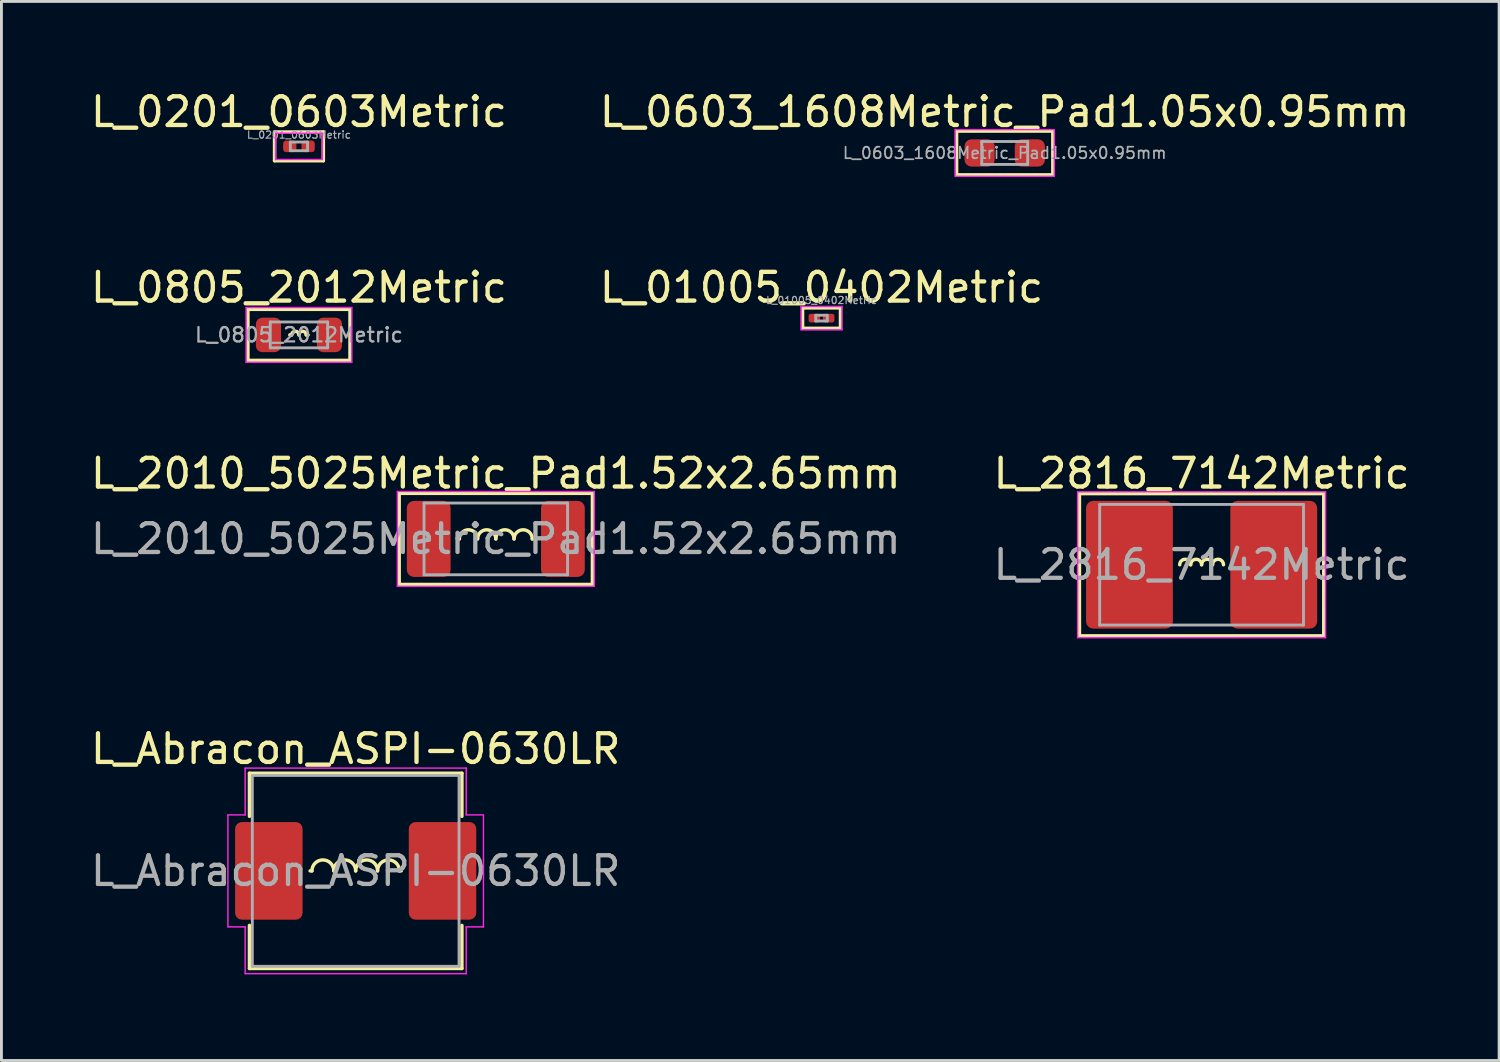
<source format=kicad_pcb>
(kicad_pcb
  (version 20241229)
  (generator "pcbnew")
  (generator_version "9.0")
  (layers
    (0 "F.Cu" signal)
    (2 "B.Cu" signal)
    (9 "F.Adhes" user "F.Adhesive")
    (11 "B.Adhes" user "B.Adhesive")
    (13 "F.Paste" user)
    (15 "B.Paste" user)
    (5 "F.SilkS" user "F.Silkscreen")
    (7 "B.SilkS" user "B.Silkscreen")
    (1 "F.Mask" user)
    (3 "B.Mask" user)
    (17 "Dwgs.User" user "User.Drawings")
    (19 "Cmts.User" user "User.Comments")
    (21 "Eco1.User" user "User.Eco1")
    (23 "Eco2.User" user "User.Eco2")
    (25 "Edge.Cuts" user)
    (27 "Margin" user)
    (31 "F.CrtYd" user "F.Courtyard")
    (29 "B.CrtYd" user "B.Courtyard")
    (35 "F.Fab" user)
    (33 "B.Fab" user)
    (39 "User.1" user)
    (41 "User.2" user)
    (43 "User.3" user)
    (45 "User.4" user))
  (footprint "L_2010_5025Metric_Pad1.52x2.65mm"
    (layer "F.Cu")
    (at 14.22 15.721)
    (property "Reference" "L_2010_5025Metric_Pad1.52x2.65mm" (at 0 -2.28 0) (layer "F.SilkS") (effects (font (size 1 1) (thickness 0.15))))
    (attr smd)
    (fp_line (start -3.365 -1.587) (end 3.365 -1.587) (stroke (width 0.12) (type solid)) (layer "F.SilkS"))
    (fp_line (start -3.365 1.587) (end -3.365 -1.587) (stroke (width 0.12) (type solid)) (layer "F.SilkS"))
    (fp_line (start -1.333 0) (end -1.27 0) (stroke (width 0.12) (type solid)) (layer "F.SilkS"))
    (fp_line (start 1.333 0) (end 1.27 0) (stroke (width 0.12) (type solid)) (layer "F.SilkS"))
    (fp_line (start 3.365 -1.587) (end 3.365 1.587) (stroke (width 0.12) (type solid)) (layer "F.SilkS"))
    (fp_line (start 3.365 1.587) (end -3.365 1.587) (stroke (width 0.12) (type solid)) (layer "F.SilkS"))
    (fp_arc (start -1.27 0) (mid -0.9525 -0.3175) (end -0.635 0) (stroke (width 0.12) (type solid)) (layer "F.SilkS"))
    (fp_arc (start -0.635 0) (mid -0.3175 -0.3175) (end 0 0) (stroke (width 0.12) (type solid)) (layer "F.SilkS"))
    (fp_arc (start 0 0) (mid 0.3175 -0.3175) (end 0.635 0) (stroke (width 0.12) (type solid)) (layer "F.SilkS"))
    (fp_arc (start 0.635 0) (mid 0.9525 -0.3175) (end 1.27 0) (stroke (width 0.12) (type solid)) (layer "F.SilkS"))
    (fp_line (start -3.429 -1.651) (end 3.429 -1.651) (stroke (width 0.05) (type solid)) (layer "F.CrtYd"))
    (fp_line (start -3.429 1.651) (end -3.429 -1.651) (stroke (width 0.05) (type solid)) (layer "F.CrtYd"))
    (fp_line (start 3.429 -1.651) (end 3.429 1.651) (stroke (width 0.05) (type solid)) (layer "F.CrtYd"))
    (fp_line (start 3.429 1.651) (end -3.429 1.651) (stroke (width 0.05) (type solid)) (layer "F.CrtYd"))
    (fp_line (start -2.5 -1.25) (end 2.5 -1.25) (stroke (width 0.1) (type solid)) (layer "F.Fab"))
    (fp_line (start -2.5 1.25) (end -2.5 -1.25) (stroke (width 0.1) (type solid)) (layer "F.Fab"))
    (fp_line (start 2.5 -1.25) (end 2.5 1.25) (stroke (width 0.1) (type solid)) (layer "F.Fab"))
    (fp_line (start 2.5 1.25) (end -2.5 1.25) (stroke (width 0.1) (type solid)) (layer "F.Fab"))
    (fp_text user "${REFERENCE}" (at 0 0 0) (layer "F.Fab") (effects (font (size 1 1) (thickness 0.15))))
    (pad "1" smd roundrect (at -2.337 0) (size 1.525 2.65) (layers "F.Cu" "F.Mask" "F.Paste") (roundrect_rratio 0.164))
    (pad "2" smd roundrect (at 2.337 0) (size 1.525 2.65) (layers "F.Cu" "F.Mask" "F.Paste") (roundrect_rratio 0.164)))
  (footprint "L_Abracon_ASPI-0630LR"
    (layer "F.Cu")
    (at 9.339 27.284)
    (property "Reference" "L_Abracon_ASPI-0630LR" (at 0 -4.25 0) (layer "F.SilkS") (effects (font (size 1 1) (thickness 0.15))))
    (attr smd)
    (fp_line (start -3.7 -3.4) (end -3.7 -1.9) (stroke (width 0.12) (type solid)) (layer "F.SilkS"))
    (fp_line (start -3.7 3.4) (end -3.7 1.9) (stroke (width 0.12) (type solid)) (layer "F.SilkS"))
    (fp_line (start -3.7 3.4) (end 3.7 3.4) (stroke (width 0.12) (type solid)) (layer "F.SilkS"))
    (fp_line (start -1.524 0) (end -1.587 0) (stroke (width 0.12) (type solid)) (layer "F.SilkS"))
    (fp_line (start 1.524 0) (end 1.587 0) (stroke (width 0.12) (type solid)) (layer "F.SilkS"))
    (fp_line (start 3.7 -3.4) (end -3.7 -3.4) (stroke (width 0.12) (type solid)) (layer "F.SilkS"))
    (fp_line (start 3.7 -3.4) (end 3.7 -1.9) (stroke (width 0.12) (type solid)) (layer "F.SilkS"))
    (fp_line (start 3.7 3.4) (end 3.7 1.9) (stroke (width 0.12) (type solid)) (layer "F.SilkS"))
    (fp_arc (start -1.524 0) (mid -1.143 -0.381) (end -0.762 0) (stroke (width 0.12) (type solid)) (layer "F.SilkS"))
    (fp_arc (start -0.762 0) (mid -0.381 -0.381) (end 0 0) (stroke (width 0.12) (type solid)) (layer "F.SilkS"))
    (fp_arc (start 0 0) (mid 0.381 -0.381) (end 0.762 0) (stroke (width 0.12) (type solid)) (layer "F.SilkS"))
    (fp_arc (start 0.762 0) (mid 1.143 -0.381) (end 1.524 0) (stroke (width 0.12) (type solid)) (layer "F.SilkS"))
    (fp_line (start -4.45 -1.95) (end -4.45 1.95) (stroke (width 0.05) (type solid)) (layer "F.CrtYd"))
    (fp_line (start -4.45 1.95) (end -3.85 1.95) (stroke (width 0.05) (type solid)) (layer "F.CrtYd"))
    (fp_line (start -3.85 -3.58) (end -3.85 -1.95) (stroke (width 0.05) (type solid)) (layer "F.CrtYd"))
    (fp_line (start -3.85 -1.95) (end -4.45 -1.95) (stroke (width 0.05) (type solid)) (layer "F.CrtYd"))
    (fp_line (start -3.85 1.95) (end -3.85 3.58) (stroke (width 0.05) (type solid)) (layer "F.CrtYd"))
    (fp_line (start -3.85 3.58) (end 3.85 3.58) (stroke (width 0.05) (type solid)) (layer "F.CrtYd"))
    (fp_line (start 3.85 -3.58) (end -3.85 -3.58) (stroke (width 0.05) (type solid)) (layer "F.CrtYd"))
    (fp_line (start 3.85 -1.95) (end 3.85 -3.58) (stroke (width 0.05) (type solid)) (layer "F.CrtYd"))
    (fp_line (start 3.85 1.95) (end 4.45 1.95) (stroke (width 0.05) (type solid)) (layer "F.CrtYd"))
    (fp_line (start 3.85 3.58) (end 3.85 1.95) (stroke (width 0.05) (type solid)) (layer "F.CrtYd"))
    (fp_line (start 4.45 -1.95) (end 3.85 -1.95) (stroke (width 0.05) (type solid)) (layer "F.CrtYd"))
    (fp_line (start 4.45 1.95) (end 4.45 -1.95) (stroke (width 0.05) (type solid)) (layer "F.CrtYd"))
    (fp_line (start -3.6 -3.325) (end 3.6 -3.325) (stroke (width 0.1) (type solid)) (layer "F.Fab"))
    (fp_line (start -3.6 3.325) (end -3.6 -3.325) (stroke (width 0.1) (type solid)) (layer "F.Fab"))
    (fp_line (start 3.6 -3.325) (end 3.6 3.325) (stroke (width 0.1) (type solid)) (layer "F.Fab"))
    (fp_line (start 3.6 3.325) (end -3.6 3.325) (stroke (width 0.1) (type solid)) (layer "F.Fab"))
    (fp_text user "${REFERENCE}" (at 0 0 0) (layer "F.Fab") (effects (font (size 1 1) (thickness 0.15))))
    (pad "1" smd roundrect (at -3.025 0) (size 2.35 3.4) (layers "F.Cu" "F.Mask" "F.Paste") (roundrect_rratio 0.1))
    (pad "2" smd roundrect (at 3.025 0) (size 2.35 3.4) (layers "F.Cu" "F.Mask" "F.Paste") (roundrect_rratio 0.1)))
  (footprint "L_0805_2012Metric"
    (layer "F.Cu")
    (at 7.363 8.615)
    (property "Reference" "L_0805_2012Metric" (at 0 -1.651 0) (layer "F.SilkS") (effects (font (size 1 1) (thickness 0.15))))
    (attr smd)
    (fp_line (start -1.778 -0.889) (end 1.778 -0.889) (stroke (width 0.12) (type solid)) (layer "F.SilkS"))
    (fp_line (start -1.778 0.889) (end -1.778 -0.889) (stroke (width 0.12) (type solid)) (layer "F.SilkS"))
    (fp_line (start -0.254 0) (end -0.318 0) (stroke (width 0.12) (type solid)) (layer "F.SilkS"))
    (fp_line (start 0.254 0) (end 0.318 0) (stroke (width 0.12) (type solid)) (layer "F.SilkS"))
    (fp_line (start 1.778 -0.889) (end 1.778 0.889) (stroke (width 0.12) (type solid)) (layer "F.SilkS"))
    (fp_line (start 1.778 0.889) (end -1.778 0.889) (stroke (width 0.12) (type solid)) (layer "F.SilkS"))
    (fp_arc (start -0.254 0) (mid -0.127 -0.127) (end 0 0) (stroke (width 0.12) (type solid)) (layer "F.SilkS"))
    (fp_arc (start 0 0) (mid 0.127 -0.127) (end 0.254 0) (stroke (width 0.12) (type solid)) (layer "F.SilkS"))
    (fp_line (start -1.841 -0.953) (end 1.841 -0.953) (stroke (width 0.05) (type solid)) (layer "F.CrtYd"))
    (fp_line (start -1.841 0.953) (end -1.841 -0.953) (stroke (width 0.05) (type solid)) (layer "F.CrtYd"))
    (fp_line (start 1.841 -0.953) (end 1.841 0.953) (stroke (width 0.05) (type solid)) (layer "F.CrtYd"))
    (fp_line (start 1.841 0.953) (end -1.841 0.953) (stroke (width 0.05) (type solid)) (layer "F.CrtYd"))
    (fp_line (start -1 -0.45) (end 1 -0.45) (stroke (width 0.1) (type solid)) (layer "F.Fab"))
    (fp_line (start -1 0.45) (end -1 -0.45) (stroke (width 0.1) (type solid)) (layer "F.Fab"))
    (fp_line (start 1 -0.45) (end 1 0.45) (stroke (width 0.1) (type solid)) (layer "F.Fab"))
    (fp_line (start 1 0.45) (end -1 0.45) (stroke (width 0.1) (type solid)) (layer "F.Fab"))
    (fp_text user "${REFERENCE}" (at 0 0 0) (layer "F.Fab") (effects (font (size 0.5 0.5) (thickness 0.08))))
    (pad "1" smd roundrect (at -1.062 0) (size 0.875 1.2) (layers "F.Cu" "F.Mask" "F.Paste") (roundrect_rratio 0.25))
    (pad "2" smd roundrect (at 1.062 0) (size 0.875 1.2) (layers "F.Cu" "F.Mask" "F.Paste") (roundrect_rratio 0.25)))
  (footprint "L_2816_7142Metric"
    (layer "F.Cu")
    (at 38.804 16.621)
    (property "Reference" "L_2816_7142Metric" (at 0 -3.18 0) (layer "F.SilkS") (effects (font (size 1 1) (thickness 0.15))))
    (attr smd)
    (fp_line (start -4.255 -2.477) (end 4.255 -2.477) (stroke (width 0.12) (type solid)) (layer "F.SilkS"))
    (fp_line (start -4.255 2.477) (end -4.255 -2.477) (stroke (width 0.12) (type solid)) (layer "F.SilkS"))
    (fp_line (start 4.255 -2.477) (end 4.255 2.477) (stroke (width 0.12) (type solid)) (layer "F.SilkS"))
    (fp_line (start 4.255 2.477) (end -4.255 2.477) (stroke (width 0.12) (type solid)) (layer "F.SilkS"))
    (fp_arc (start -0.762 0) (mid -0.5715 -0.1905) (end -0.381 0) (stroke (width 0.12) (type solid)) (layer "F.SilkS"))
    (fp_arc (start -0.381 0) (mid -0.1905 -0.1905) (end 0 0) (stroke (width 0.12) (type solid)) (layer "F.SilkS"))
    (fp_arc (start 0 0) (mid 0.1905 -0.1905) (end 0.381 0) (stroke (width 0.12) (type solid)) (layer "F.SilkS"))
    (fp_arc (start 0.381 0) (mid 0.5715 -0.1905) (end 0.762 0) (stroke (width 0.12) (type solid)) (layer "F.SilkS"))
    (fp_line (start -4.318 -2.54) (end 4.318 -2.54) (stroke (width 0.05) (type solid)) (layer "F.CrtYd"))
    (fp_line (start -4.318 2.54) (end -4.318 -2.54) (stroke (width 0.05) (type solid)) (layer "F.CrtYd"))
    (fp_line (start 4.318 -2.54) (end 4.318 2.54) (stroke (width 0.05) (type solid)) (layer "F.CrtYd"))
    (fp_line (start 4.318 2.54) (end -4.318 2.54) (stroke (width 0.05) (type solid)) (layer "F.CrtYd"))
    (fp_line (start -3.55 -2.1) (end 3.55 -2.1) (stroke (width 0.1) (type solid)) (layer "F.Fab"))
    (fp_line (start -3.55 2.1) (end -3.55 -2.1) (stroke (width 0.1) (type solid)) (layer "F.Fab"))
    (fp_line (start 3.55 -2.1) (end 3.55 2.1) (stroke (width 0.1) (type solid)) (layer "F.Fab"))
    (fp_line (start 3.55 2.1) (end -3.55 2.1) (stroke (width 0.1) (type solid)) (layer "F.Fab"))
    (fp_text user "${REFERENCE}" (at 0 0 0) (layer "F.Fab") (effects (font (size 1 1) (thickness 0.15))))
    (pad "1" smd roundrect (at -2.513 0) (size 3.025 4.45) (layers "F.Cu" "F.Mask" "F.Paste") (roundrect_rratio 0.083))
    (pad "2" smd roundrect (at 2.513 0) (size 3.025 4.45) (layers "F.Cu" "F.Mask" "F.Paste") (roundrect_rratio 0.083)))
  (footprint "L_01005_0402Metric"
    (layer "F.Cu")
    (at 25.565 8.031)
    (property "Reference" "L_01005_0402Metric" (at 0 -1.067 0) (layer "F.SilkS") (effects (font (size 1 1) (thickness 0.15))))
    (attr smd)
    (fp_line (start -0.66 -0.356) (end 0.66 -0.356) (stroke (width 0.12) (type solid)) (layer "F.SilkS"))
    (fp_line (start -0.66 0.356) (end -0.66 -0.356) (stroke (width 0.12) (type solid)) (layer "F.SilkS"))
    (fp_line (start 0.66 -0.356) (end 0.66 0.356) (stroke (width 0.12) (type solid)) (layer "F.SilkS"))
    (fp_line (start 0.66 0.356) (end -0.66 0.356) (stroke (width 0.12) (type solid)) (layer "F.SilkS"))
    (fp_line (start -0.711 -0.406) (end 0.711 -0.406) (stroke (width 0.05) (type solid)) (layer "F.CrtYd"))
    (fp_line (start -0.711 0.406) (end -0.711 -0.406) (stroke (width 0.05) (type solid)) (layer "F.CrtYd"))
    (fp_line (start 0.711 -0.406) (end 0.711 0.406) (stroke (width 0.05) (type solid)) (layer "F.CrtYd"))
    (fp_line (start 0.711 0.406) (end -0.711 0.406) (stroke (width 0.05) (type solid)) (layer "F.CrtYd"))
    (fp_line (start -0.2 -0.1) (end 0.2 -0.1) (stroke (width 0.1) (type solid)) (layer "F.Fab"))
    (fp_line (start -0.2 0.1) (end -0.2 -0.1) (stroke (width 0.1) (type solid)) (layer "F.Fab"))
    (fp_line (start 0.2 -0.1) (end 0.2 0.1) (stroke (width 0.1) (type solid)) (layer "F.Fab"))
    (fp_line (start 0.2 0.1) (end -0.2 0.1) (stroke (width 0.1) (type solid)) (layer "F.Fab"))
    (fp_text user "${REFERENCE}" (at 0 -0.62 0) (layer "F.Fab") (effects (font (size 0.25 0.25) (thickness 0.04))))
    (pad "" smd roundrect (at -0.275 0) (size 0.27 0.27) (layers "F.Paste") (roundrect_rratio 0.25))
    (pad "" smd roundrect (at 0.275 0) (size 0.27 0.27) (layers "F.Paste") (roundrect_rratio 0.25))
    (pad "1" smd roundrect (at -0.25 0) (size 0.4 0.3) (layers "F.Cu" "F.Mask") (roundrect_rratio 0.25))
    (pad "2" smd roundrect (at 0.25 0) (size 0.4 0.3) (layers "F.Cu" "F.Mask") (roundrect_rratio 0.25)))
  (footprint "L_0603_1608Metric_Pad1.05x0.95mm"
    (layer "F.Cu")
    (at 31.946 2.278)
    (property "Reference" "L_0603_1608Metric_Pad1.05x0.95mm" (at 0 -1.43 0) (layer "F.SilkS") (effects (font (size 1 1) (thickness 0.15))))
    (attr smd)
    (fp_line (start -1.676 -0.762) (end 1.676 -0.762) (stroke (width 0.12) (type solid)) (layer "F.SilkS"))
    (fp_line (start -1.676 0.762) (end -1.676 -0.762) (stroke (width 0.12) (type solid)) (layer "F.SilkS"))
    (fp_line (start 1.676 -0.762) (end 1.676 0.762) (stroke (width 0.12) (type solid)) (layer "F.SilkS"))
    (fp_line (start 1.676 0.762) (end -1.676 0.762) (stroke (width 0.12) (type solid)) (layer "F.SilkS"))
    (fp_line (start -1.727 -0.813) (end 1.727 -0.813) (stroke (width 0.05) (type solid)) (layer "F.CrtYd"))
    (fp_line (start -1.727 0.813) (end -1.727 -0.813) (stroke (width 0.05) (type solid)) (layer "F.CrtYd"))
    (fp_line (start 1.727 -0.813) (end 1.727 0.813) (stroke (width 0.05) (type solid)) (layer "F.CrtYd"))
    (fp_line (start 1.727 0.813) (end -1.727 0.813) (stroke (width 0.05) (type solid)) (layer "F.CrtYd"))
    (fp_line (start -0.8 -0.4) (end 0.8 -0.4) (stroke (width 0.1) (type solid)) (layer "F.Fab"))
    (fp_line (start -0.8 0.4) (end -0.8 -0.4) (stroke (width 0.1) (type solid)) (layer "F.Fab"))
    (fp_line (start 0.8 -0.4) (end 0.8 0.4) (stroke (width 0.1) (type solid)) (layer "F.Fab"))
    (fp_line (start 0.8 0.4) (end -0.8 0.4) (stroke (width 0.1) (type solid)) (layer "F.Fab"))
    (fp_text user "${REFERENCE}" (at 0 0 0) (layer "F.Fab") (effects (font (size 0.4 0.4) (thickness 0.06))))
    (pad "1" smd roundrect (at -0.875 0) (size 1.05 0.95) (layers "F.Cu" "F.Mask" "F.Paste") (roundrect_rratio 0.25))
    (pad "2" smd roundrect (at 0.875 0) (size 1.05 0.95) (layers "F.Cu" "F.Mask" "F.Paste") (roundrect_rratio 0.25)))
  (footprint "L_0201_0603Metric"
    (layer "F.Cu")
    (at 7.363 2.048)
    (property "Reference" "L_0201_0603Metric" (at 0 -1.2 0) (layer "F.SilkS") (effects (font (size 1 1) (thickness 0.15))))
    (attr smd)
    (fp_line (start -0.85 -0.5) (end -0.85 0.5) (stroke (width 0.12) (type solid)) (layer "F.SilkS"))
    (fp_line (start -0.85 0.5) (end 0.85 0.5) (stroke (width 0.12) (type solid)) (layer "F.SilkS"))
    (fp_line (start 0.85 -0.5) (end -0.85 -0.5) (stroke (width 0.12) (type solid)) (layer "F.SilkS"))
    (fp_line (start 0.85 0.5) (end 0.85 -0.5) (stroke (width 0.12) (type solid)) (layer "F.SilkS"))
    (fp_line (start -0.813 -0.457) (end 0.813 -0.457) (stroke (width 0.05) (type solid)) (layer "F.CrtYd"))
    (fp_line (start -0.813 0.457) (end -0.813 -0.457) (stroke (width 0.05) (type solid)) (layer "F.CrtYd"))
    (fp_line (start 0.813 -0.457) (end 0.813 0.457) (stroke (width 0.05) (type solid)) (layer "F.CrtYd"))
    (fp_line (start 0.813 0.457) (end -0.813 0.457) (stroke (width 0.05) (type solid)) (layer "F.CrtYd"))
    (fp_line (start -0.3 -0.15) (end 0.3 -0.15) (stroke (width 0.1) (type solid)) (layer "F.Fab"))
    (fp_line (start -0.3 0.15) (end -0.3 -0.15) (stroke (width 0.1) (type solid)) (layer "F.Fab"))
    (fp_line (start 0.3 -0.15) (end 0.3 0.15) (stroke (width 0.1) (type solid)) (layer "F.Fab"))
    (fp_line (start 0.3 0.15) (end -0.3 0.15) (stroke (width 0.1) (type solid)) (layer "F.Fab"))
    (fp_text user "${REFERENCE}" (at 0 -0.4 0) (layer "F.Fab") (effects (font (size 0.25 0.25) (thickness 0.04))))
    (pad "" smd roundrect (at -0.345 0) (size 0.318 0.36) (layers "F.Paste") (roundrect_rratio 0.25))
    (pad "" smd roundrect (at 0.345 0) (size 0.318 0.36) (layers "F.Paste") (roundrect_rratio 0.25))
    (pad "1" smd roundrect (at -0.32 0) (size 0.46 0.4) (layers "F.Cu" "F.Mask") (roundrect_rratio 0.25))
    (pad "2" smd roundrect (at 0.32 0) (size 0.46 0.4) (layers "F.Cu" "F.Mask") (roundrect_rratio 0.25)))
  (gr_rect
    (start -3 -3)
    (end 49.167 33.889)
    (stroke (width 0.1) (type default))
    (fill no)
    (layer "Edge.Cuts")))
</source>
